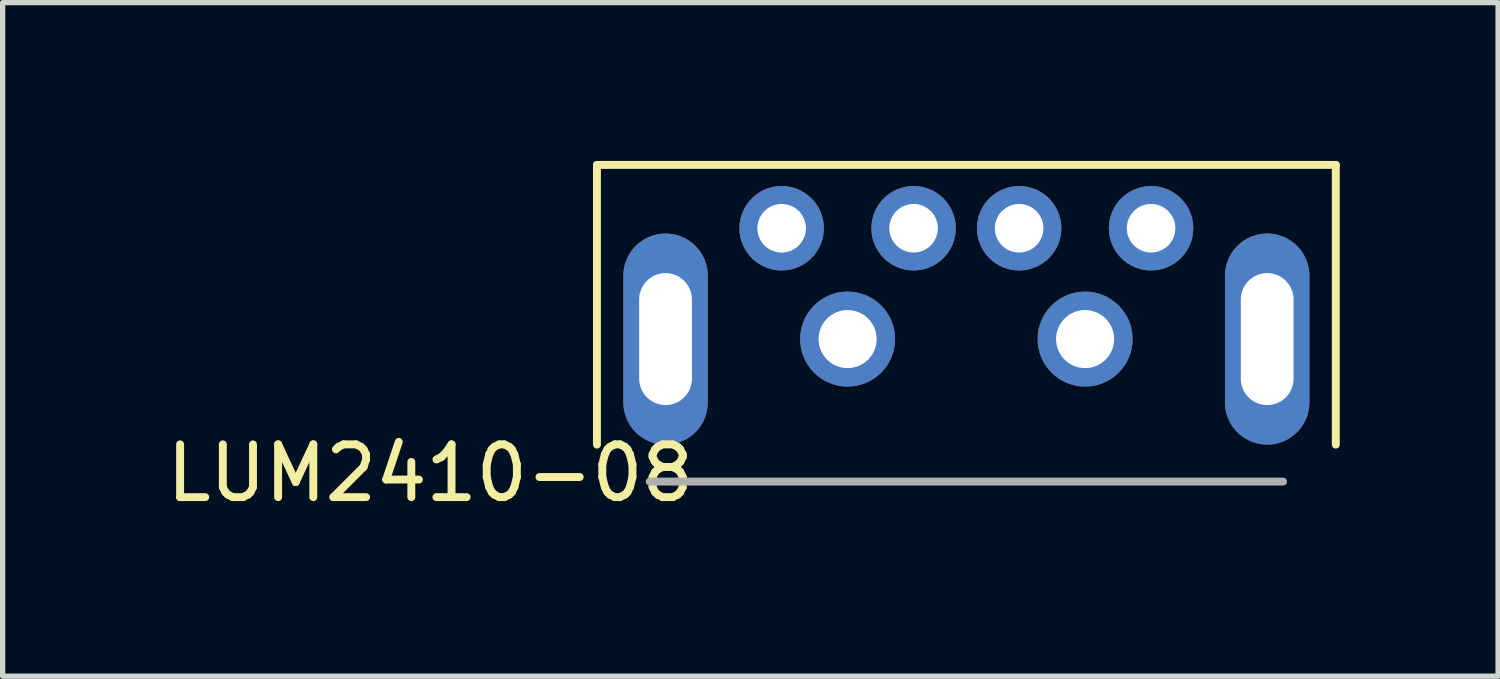
<source format=kicad_pcb>
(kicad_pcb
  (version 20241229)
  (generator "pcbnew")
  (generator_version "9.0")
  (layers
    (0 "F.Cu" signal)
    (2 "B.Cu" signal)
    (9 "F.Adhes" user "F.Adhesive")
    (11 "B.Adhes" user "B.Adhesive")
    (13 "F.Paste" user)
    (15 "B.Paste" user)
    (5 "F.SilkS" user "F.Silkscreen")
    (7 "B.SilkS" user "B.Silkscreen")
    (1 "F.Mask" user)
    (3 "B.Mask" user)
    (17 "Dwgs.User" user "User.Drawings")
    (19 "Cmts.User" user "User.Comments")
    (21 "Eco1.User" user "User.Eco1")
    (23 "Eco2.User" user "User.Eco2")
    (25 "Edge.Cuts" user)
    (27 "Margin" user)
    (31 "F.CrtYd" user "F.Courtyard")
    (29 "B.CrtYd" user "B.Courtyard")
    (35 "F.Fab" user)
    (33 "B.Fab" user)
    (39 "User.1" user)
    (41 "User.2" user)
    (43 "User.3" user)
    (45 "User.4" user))
  (footprint "LUM2410-08"
    (layer "F.Cu")
    (at 15.261 3.375)
    (property "Reference" "LUM2410-08" (at -10.16 2.54 0) (layer "F.SilkS") (effects (font (size 1 1) (thickness 0.15))))
    (attr through_hole)
    (fp_line (start -7 -3.3) (end 7 -3.3) (stroke (width 0.15) (type solid)) (layer "F.SilkS"))
    (fp_line (start -7 2) (end -7 -3.3) (stroke (width 0.15) (type solid)) (layer "F.SilkS"))
    (fp_line (start 7 -3.3) (end 7 2) (stroke (width 0.15) (type solid)) (layer "F.SilkS"))
    (fp_line (start -6 2.7) (end 6 2.7) (stroke (width 0.15) (type solid)) (layer "F.Fab"))
    (pad "" thru_hole circle (at -2.25 0) (size 1.8 1.8) (drill 1.1) (layers "*.Cu" "*.Mask"))
    (pad "" thru_hole circle (at 2.25 0) (size 1.8 1.8) (drill 1.1) (layers "*.Cu" "*.Mask"))
    (pad "" thru_hole oval (at 5.7 0) (size 1.6 4) (drill oval 1 2.5) (layers "*.Cu" "*.Mask"))
    (pad "1" thru_hole circle (at 3.5 -2.1) (size 1.6 1.6) (drill 0.92) (layers "*.Cu" "*.Mask"))
    (pad "2" thru_hole circle (at 1 -2.1) (size 1.6 1.6) (drill 0.92) (layers "*.Cu" "*.Mask"))
    (pad "3" thru_hole circle (at -1 -2.1) (size 1.6 1.6) (drill 0.92) (layers "*.Cu" "*.Mask"))
    (pad "4" thru_hole circle (at -3.5 -2.1) (size 1.6 1.6) (drill 0.92) (layers "*.Cu" "*.Mask"))
    (pad "5" thru_hole oval (at -5.7 0) (size 1.6 4) (drill oval 1 2.5) (layers "*.Cu" "*.Mask")))
  (gr_rect
    (start -3 -3)
    (end 25.336 9.763)
    (stroke (width 0.1) (type default))
    (fill no)
    (layer "Edge.Cuts")))
</source>
